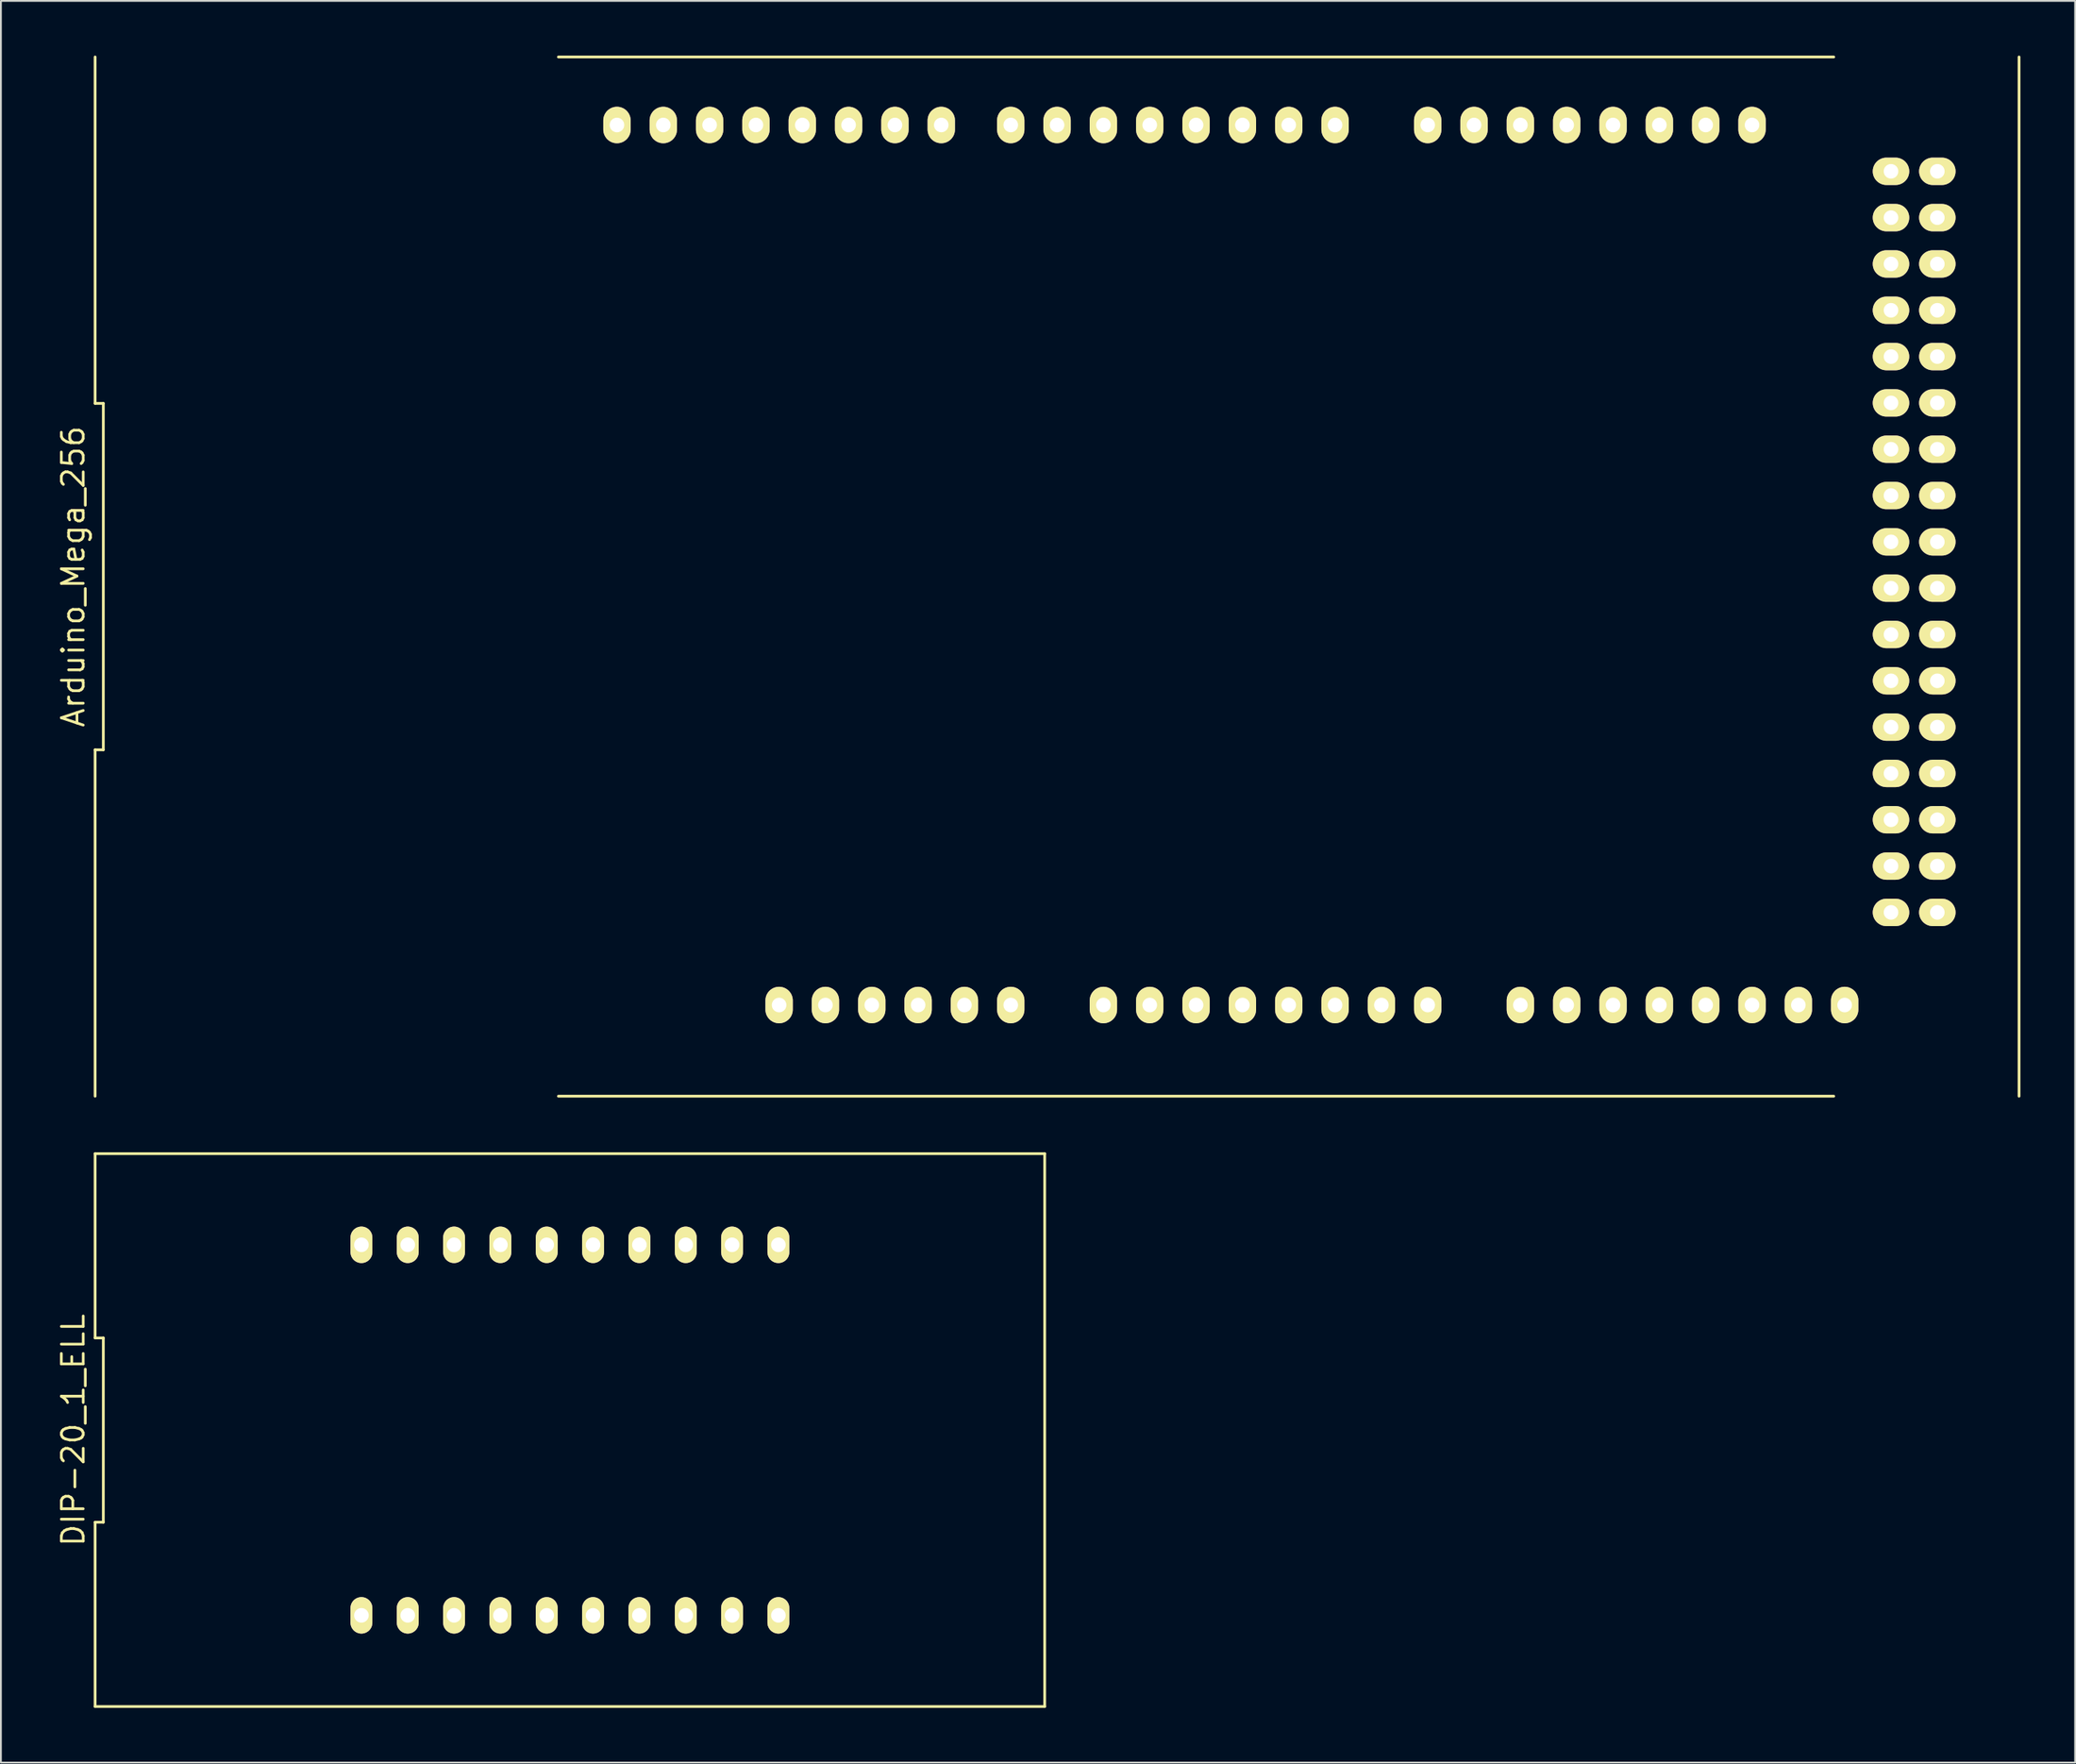
<source format=kicad_pcb>
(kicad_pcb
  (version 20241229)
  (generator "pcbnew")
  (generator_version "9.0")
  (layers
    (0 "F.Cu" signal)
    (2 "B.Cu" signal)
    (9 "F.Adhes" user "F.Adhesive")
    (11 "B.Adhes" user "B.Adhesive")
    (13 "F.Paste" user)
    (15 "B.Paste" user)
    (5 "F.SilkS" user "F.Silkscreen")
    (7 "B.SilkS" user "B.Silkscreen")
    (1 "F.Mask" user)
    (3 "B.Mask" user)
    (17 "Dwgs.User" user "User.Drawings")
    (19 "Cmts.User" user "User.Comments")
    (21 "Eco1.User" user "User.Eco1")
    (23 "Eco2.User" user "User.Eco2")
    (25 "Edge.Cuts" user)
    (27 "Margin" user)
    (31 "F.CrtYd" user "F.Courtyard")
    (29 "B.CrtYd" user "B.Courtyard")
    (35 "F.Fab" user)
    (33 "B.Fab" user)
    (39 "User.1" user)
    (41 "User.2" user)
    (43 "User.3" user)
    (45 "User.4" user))
  (footprint "DIP-20_1_ELL"
    (layer "F.Cu")
    (at 28.195 75.375)
    (property "Reference" "DIP-20_1_ELL" (at -27.23 0 90) (layer "F.SilkS") (effects (font (size 1.2 1.2) (thickness 0.15))))
    (attr through_hole)
    (fp_line (start -26.03 -15.16) (end -26.03 -5.053) (stroke (width 0.15) (type solid)) (layer "F.SilkS"))
    (fp_line (start -26.03 -5.053) (end -25.58 -5.053) (stroke (width 0.15) (type solid)) (layer "F.SilkS"))
    (fp_line (start -26.03 5.053) (end -26.03 15.16) (stroke (width 0.15) (type solid)) (layer "F.SilkS"))
    (fp_line (start -26.03 15.16) (end 26.03 15.16) (stroke (width 0.15) (type solid)) (layer "F.SilkS"))
    (fp_line (start -25.58 -5.053) (end -25.58 5.053) (stroke (width 0.15) (type solid)) (layer "F.SilkS"))
    (fp_line (start -25.58 5.053) (end -26.03 5.053) (stroke (width 0.15) (type solid)) (layer "F.SilkS"))
    (fp_line (start 26.03 -15.16) (end -26.03 -15.16) (stroke (width 0.15) (type solid)) (layer "F.SilkS"))
    (fp_line (start 26.03 15.16) (end 26.03 -15.16) (stroke (width 0.15) (type solid)) (layer "F.SilkS"))
    (pad "1" thru_hole oval (at -11.43 10.16) (size 1.2 2) (drill 0.8) (layers "*.Cu" "*.Mask" "F.SilkS"))
    (pad "2" thru_hole oval (at -8.89 10.16) (size 1.2 2) (drill 0.8) (layers "*.Cu" "*.Mask" "F.SilkS"))
    (pad "3" thru_hole oval (at -6.35 10.16) (size 1.2 2) (drill 0.8) (layers "*.Cu" "*.Mask" "F.SilkS"))
    (pad "4" thru_hole oval (at -3.81 10.16) (size 1.2 2) (drill 0.8) (layers "*.Cu" "*.Mask" "F.SilkS"))
    (pad "5" thru_hole oval (at -1.27 10.16) (size 1.2 2) (drill 0.8) (layers "*.Cu" "*.Mask" "F.SilkS"))
    (pad "6" thru_hole oval (at 1.27 10.16) (size 1.2 2) (drill 0.8) (layers "*.Cu" "*.Mask" "F.SilkS"))
    (pad "7" thru_hole oval (at 3.81 10.16) (size 1.2 2) (drill 0.8) (layers "*.Cu" "*.Mask" "F.SilkS"))
    (pad "8" thru_hole oval (at 6.35 10.16) (size 1.2 2) (drill 0.8) (layers "*.Cu" "*.Mask" "F.SilkS"))
    (pad "9" thru_hole oval (at 8.89 10.16) (size 1.2 2) (drill 0.8) (layers "*.Cu" "*.Mask" "F.SilkS"))
    (pad "10" thru_hole oval (at 11.43 10.16) (size 1.2 2) (drill 0.8) (layers "*.Cu" "*.Mask" "F.SilkS"))
    (pad "11" thru_hole oval (at 11.43 -10.16) (size 1.2 2) (drill 0.8) (layers "*.Cu" "*.Mask" "F.SilkS"))
    (pad "12" thru_hole oval (at 8.89 -10.16) (size 1.2 2) (drill 0.8) (layers "*.Cu" "*.Mask" "F.SilkS"))
    (pad "13" thru_hole oval (at 6.35 -10.16) (size 1.2 2) (drill 0.8) (layers "*.Cu" "*.Mask" "F.SilkS"))
    (pad "14" thru_hole oval (at 3.81 -10.16) (size 1.2 2) (drill 0.8) (layers "*.Cu" "*.Mask" "F.SilkS"))
    (pad "15" thru_hole oval (at 1.27 -10.16) (size 1.2 2) (drill 0.8) (layers "*.Cu" "*.Mask" "F.SilkS"))
    (pad "16" thru_hole oval (at -1.27 -10.16) (size 1.2 2) (drill 0.8) (layers "*.Cu" "*.Mask" "F.SilkS"))
    (pad "17" thru_hole oval (at -3.81 -10.16) (size 1.2 2) (drill 0.8) (layers "*.Cu" "*.Mask" "F.SilkS"))
    (pad "18" thru_hole oval (at -6.35 -10.16) (size 1.2 2) (drill 0.8) (layers "*.Cu" "*.Mask" "F.SilkS"))
    (pad "19" thru_hole oval (at -8.89 -10.16) (size 1.2 2) (drill 0.8) (layers "*.Cu" "*.Mask" "F.SilkS"))
    (pad "20" thru_hole oval (at -11.43 -10.16) (size 1.2 2) (drill 0.8) (layers "*.Cu" "*.Mask" "F.SilkS")))
  (footprint "Arduino_Mega_256"
    (layer "F.Cu")
    (at 62.525 28.57)
    (property "Reference" "Arduino_Mega_256" (at -61.56 0 90) (layer "F.SilkS") (effects (font (size 1.2 1.2) (thickness 0.15))))
    (attr through_hole)
    (fp_line (start -60.36 -28.495) (end -60.36 -9.498) (stroke (width 0.15) (type solid)) (layer "F.SilkS"))
    (fp_line (start -60.36 -9.498) (end -59.91 -9.498) (stroke (width 0.15) (type solid)) (layer "F.SilkS"))
    (fp_line (start -60.36 9.498) (end -60.36 28.495) (stroke (width 0.15) (type solid)) (layer "F.SilkS"))
    (fp_line (start -59.91 -9.498) (end -59.91 9.498) (stroke (width 0.15) (type solid)) (layer "F.SilkS"))
    (fp_line (start -59.91 9.498) (end -60.36 9.498) (stroke (width 0.15) (type solid)) (layer "F.SilkS"))
    (fp_line (start -34.96 28.495) (end 34.96 28.495) (stroke (width 0.15) (type solid)) (layer "F.SilkS"))
    (fp_line (start 34.96 -28.495) (end -34.96 -28.495) (stroke (width 0.15) (type solid)) (layer "F.SilkS"))
    (fp_line (start 45.12 28.495) (end 45.12 -28.495) (stroke (width 0.15) (type solid)) (layer "F.SilkS"))
    (pad "0" thru_hole oval (at 7.62 -24.765) (size 1.5 2) (drill 0.8) (layers "*.Cu" "*.Mask" "F.SilkS"))
    (pad "1" thru_hole oval (at 5.08 -24.765) (size 1.5 2) (drill 0.8) (layers "*.Cu" "*.Mask" "F.SilkS"))
    (pad "2" thru_hole oval (at 2.54 -24.765) (size 1.5 2) (drill 0.8) (layers "*.Cu" "*.Mask" "F.SilkS"))
    (pad "3" thru_hole oval (at 0 -24.765) (size 1.5 2) (drill 0.8) (layers "*.Cu" "*.Mask" "F.SilkS"))
    (pad "3.3V" thru_hole oval (at -20.32 23.495) (size 1.5 2) (drill 0.8) (layers "*.Cu" "*.Mask" "F.SilkS"))
    (pad "4" thru_hole oval (at -2.54 -24.765) (size 1.5 2) (drill 0.8) (layers "*.Cu" "*.Mask" "F.SilkS"))
    (pad "5" thru_hole oval (at -5.08 -24.765) (size 1.5 2) (drill 0.8) (layers "*.Cu" "*.Mask" "F.SilkS"))
    (pad "5V" thru_hole oval (at -17.78 23.495) (size 1.5 2) (drill 0.8) (layers "*.Cu" "*.Mask" "F.SilkS"))
    (pad "6" thru_hole oval (at -7.62 -24.765) (size 1.5 2) (drill 0.8) (layers "*.Cu" "*.Mask" "F.SilkS"))
    (pad "7" thru_hole oval (at -10.16 -24.765) (size 1.5 2) (drill 0.8) (layers "*.Cu" "*.Mask" "F.SilkS"))
    (pad "8" thru_hole oval (at -13.97 -24.765) (size 1.5 2) (drill 0.8) (layers "*.Cu" "*.Mask" "F.SilkS"))
    (pad "9" thru_hole oval (at -16.51 -24.765) (size 1.5 2) (drill 0.8) (layers "*.Cu" "*.Mask" "F.SilkS"))
    (pad "10" thru_hole oval (at -19.05 -24.765) (size 1.5 2) (drill 0.8) (layers "*.Cu" "*.Mask" "F.SilkS"))
    (pad "11" thru_hole oval (at -21.59 -24.765) (size 1.5 2) (drill 0.8) (layers "*.Cu" "*.Mask" "F.SilkS"))
    (pad "12" thru_hole oval (at -24.13 -24.765) (size 1.5 2) (drill 0.8) (layers "*.Cu" "*.Mask" "F.SilkS"))
    (pad "13" thru_hole oval (at -26.67 -24.765) (size 1.5 2) (drill 0.8) (layers "*.Cu" "*.Mask" "F.SilkS"))
    (pad "14" thru_hole oval (at 12.7 -24.765) (size 1.5 2) (drill 0.8) (layers "*.Cu" "*.Mask" "F.SilkS"))
    (pad "15" thru_hole oval (at 15.24 -24.765) (size 1.5 2) (drill 0.8) (layers "*.Cu" "*.Mask" "F.SilkS"))
    (pad "16" thru_hole oval (at 17.78 -24.765) (size 1.5 2) (drill 0.8) (layers "*.Cu" "*.Mask" "F.SilkS"))
    (pad "17" thru_hole oval (at 20.32 -24.765) (size 1.5 2) (drill 0.8) (layers "*.Cu" "*.Mask" "F.SilkS"))
    (pad "18" thru_hole oval (at 22.86 -24.765) (size 1.5 2) (drill 0.8) (layers "*.Cu" "*.Mask" "F.SilkS"))
    (pad "19" thru_hole oval (at 25.4 -24.765) (size 1.5 2) (drill 0.8) (layers "*.Cu" "*.Mask" "F.SilkS"))
    (pad "20" thru_hole oval (at 27.94 -24.765) (size 1.5 2) (drill 0.8) (layers "*.Cu" "*.Mask" "F.SilkS"))
    (pad "21" thru_hole oval (at 30.48 -24.765) (size 1.5 2) (drill 0.8) (layers "*.Cu" "*.Mask" "F.SilkS"))
    (pad "22" thru_hole oval (at 38.1 -22.225 90) (size 1.5 2) (drill 0.8) (layers "*.Cu" "*.Mask" "F.SilkS"))
    (pad "23" thru_hole oval (at 40.64 -22.225 90) (size 1.5 2) (drill 0.8) (layers "*.Cu" "*.Mask" "F.SilkS"))
    (pad "24" thru_hole oval (at 38.1 -19.685 90) (size 1.5 2) (drill 0.8) (layers "*.Cu" "*.Mask" "F.SilkS"))
    (pad "25" thru_hole oval (at 40.64 -19.685 90) (size 1.5 2) (drill 0.8) (layers "*.Cu" "*.Mask" "F.SilkS"))
    (pad "26" thru_hole oval (at 38.1 -17.145 90) (size 1.5 2) (drill 0.8) (layers "*.Cu" "*.Mask" "F.SilkS"))
    (pad "27" thru_hole oval (at 40.64 -17.145 90) (size 1.5 2) (drill 0.8) (layers "*.Cu" "*.Mask" "F.SilkS"))
    (pad "28" thru_hole oval (at 38.1 -14.605 90) (size 1.5 2) (drill 0.8) (layers "*.Cu" "*.Mask" "F.SilkS"))
    (pad "29" thru_hole oval (at 40.64 -14.605 90) (size 1.5 2) (drill 0.8) (layers "*.Cu" "*.Mask" "F.SilkS"))
    (pad "30" thru_hole oval (at 38.1 -12.065 90) (size 1.5 2) (drill 0.8) (layers "*.Cu" "*.Mask" "F.SilkS"))
    (pad "31" thru_hole oval (at 40.64 -12.065 90) (size 1.5 2) (drill 0.8) (layers "*.Cu" "*.Mask" "F.SilkS"))
    (pad "32" thru_hole oval (at 38.1 -9.525 90) (size 1.5 2) (drill 0.8) (layers "*.Cu" "*.Mask" "F.SilkS"))
    (pad "33" thru_hole oval (at 40.64 -9.525 90) (size 1.5 2) (drill 0.8) (layers "*.Cu" "*.Mask" "F.SilkS"))
    (pad "34" thru_hole oval (at 38.1 -6.985 90) (size 1.5 2) (drill 0.8) (layers "*.Cu" "*.Mask" "F.SilkS"))
    (pad "35" thru_hole oval (at 40.64 -6.985 90) (size 1.5 2) (drill 0.8) (layers "*.Cu" "*.Mask" "F.SilkS"))
    (pad "36" thru_hole oval (at 38.1 -4.445 90) (size 1.5 2) (drill 0.8) (layers "*.Cu" "*.Mask" "F.SilkS"))
    (pad "37" thru_hole oval (at 40.64 -4.445 90) (size 1.5 2) (drill 0.8) (layers "*.Cu" "*.Mask" "F.SilkS"))
    (pad "38" thru_hole oval (at 38.1 -1.905 90) (size 1.5 2) (drill 0.8) (layers "*.Cu" "*.Mask" "F.SilkS"))
    (pad "39" thru_hole oval (at 40.64 -1.905 90) (size 1.5 2) (drill 0.8) (layers "*.Cu" "*.Mask" "F.SilkS"))
    (pad "40" thru_hole oval (at 38.1 0.635 90) (size 1.5 2) (drill 0.8) (layers "*.Cu" "*.Mask" "F.SilkS"))
    (pad "41" thru_hole oval (at 40.64 0.635 90) (size 1.5 2) (drill 0.8) (layers "*.Cu" "*.Mask" "F.SilkS"))
    (pad "42" thru_hole oval (at 38.1 3.175 90) (size 1.5 2) (drill 0.8) (layers "*.Cu" "*.Mask" "F.SilkS"))
    (pad "43" thru_hole oval (at 40.64 3.175 90) (size 1.5 2) (drill 0.8) (layers "*.Cu" "*.Mask" "F.SilkS"))
    (pad "44" thru_hole oval (at 38.1 5.715 90) (size 1.5 2) (drill 0.8) (layers "*.Cu" "*.Mask" "F.SilkS"))
    (pad "45" thru_hole oval (at 40.64 5.715 90) (size 1.5 2) (drill 0.8) (layers "*.Cu" "*.Mask" "F.SilkS"))
    (pad "46" thru_hole oval (at 38.1 8.255 90) (size 1.5 2) (drill 0.8) (layers "*.Cu" "*.Mask" "F.SilkS"))
    (pad "47" thru_hole oval (at 40.64 8.255 90) (size 1.5 2) (drill 0.8) (layers "*.Cu" "*.Mask" "F.SilkS"))
    (pad "48" thru_hole oval (at 38.1 10.795 90) (size 1.5 2) (drill 0.8) (layers "*.Cu" "*.Mask" "F.SilkS"))
    (pad "49" thru_hole oval (at 40.64 10.795 90) (size 1.5 2) (drill 0.8) (layers "*.Cu" "*.Mask" "F.SilkS"))
    (pad "50" thru_hole oval (at 38.1 13.335 90) (size 1.5 2) (drill 0.8) (layers "*.Cu" "*.Mask" "F.SilkS"))
    (pad "51" thru_hole oval (at 40.64 13.335 90) (size 1.5 2) (drill 0.8) (layers "*.Cu" "*.Mask" "F.SilkS"))
    (pad "52" thru_hole oval (at 38.1 15.875 90) (size 1.5 2) (drill 0.8) (layers "*.Cu" "*.Mask" "F.SilkS"))
    (pad "53" thru_hole oval (at 40.64 15.875 90) (size 1.5 2) (drill 0.8) (layers "*.Cu" "*.Mask" "F.SilkS"))
    (pad "A0" thru_hole oval (at -5.08 23.495) (size 1.5 2) (drill 0.8) (layers "*.Cu" "*.Mask" "F.SilkS"))
    (pad "A1" thru_hole oval (at -2.54 23.495) (size 1.5 2) (drill 0.8) (layers "*.Cu" "*.Mask" "F.SilkS"))
    (pad "A2" thru_hole oval (at 0 23.495) (size 1.5 2) (drill 0.8) (layers "*.Cu" "*.Mask" "F.SilkS"))
    (pad "A3" thru_hole oval (at 2.54 23.495) (size 1.5 2) (drill 0.8) (layers "*.Cu" "*.Mask" "F.SilkS"))
    (pad "A4" thru_hole oval (at 5.08 23.495) (size 1.5 2) (drill 0.8) (layers "*.Cu" "*.Mask" "F.SilkS"))
    (pad "A5" thru_hole oval (at 7.62 23.495) (size 1.5 2) (drill 0.8) (layers "*.Cu" "*.Mask" "F.SilkS"))
    (pad "A6" thru_hole oval (at 10.16 23.495) (size 1.5 2) (drill 0.8) (layers "*.Cu" "*.Mask" "F.SilkS"))
    (pad "A7" thru_hole oval (at 12.7 23.495) (size 1.5 2) (drill 0.8) (layers "*.Cu" "*.Mask" "F.SilkS"))
    (pad "A8" thru_hole oval (at 17.78 23.495) (size 1.5 2) (drill 0.8) (layers "*.Cu" "*.Mask" "F.SilkS"))
    (pad "A9" thru_hole oval (at 20.32 23.495) (size 1.5 2) (drill 0.8) (layers "*.Cu" "*.Mask" "F.SilkS"))
    (pad "A10" thru_hole oval (at 22.86 23.495) (size 1.5 2) (drill 0.8) (layers "*.Cu" "*.Mask" "F.SilkS"))
    (pad "A11" thru_hole oval (at 25.4 23.495) (size 1.5 2) (drill 0.8) (layers "*.Cu" "*.Mask" "F.SilkS"))
    (pad "A12" thru_hole oval (at 27.94 23.495) (size 1.5 2) (drill 0.8) (layers "*.Cu" "*.Mask" "F.SilkS"))
    (pad "A13" thru_hole oval (at 30.48 23.495) (size 1.5 2) (drill 0.8) (layers "*.Cu" "*.Mask" "F.SilkS"))
    (pad "A14" thru_hole oval (at 33.02 23.495) (size 1.5 2) (drill 0.8) (layers "*.Cu" "*.Mask" "F.SilkS"))
    (pad "A15" thru_hole oval (at 35.56 23.495) (size 1.5 2) (drill 0.8) (layers "*.Cu" "*.Mask" "F.SilkS"))
    (pad "AREF" thru_hole oval (at -31.75 -24.765) (size 1.5 2) (drill 0.8) (layers "*.Cu" "*.Mask" "F.SilkS"))
    (pad "GND" thru_hole oval (at -29.21 -24.765) (size 1.5 2) (drill 0.8) (layers "*.Cu" "*.Mask" "F.SilkS"))
    (pad "GND" thru_hole oval (at -15.24 23.495) (size 1.5 2) (drill 0.8) (layers "*.Cu" "*.Mask" "F.SilkS"))
    (pad "GND" thru_hole oval (at -12.7 23.495) (size 1.5 2) (drill 0.8) (layers "*.Cu" "*.Mask" "F.SilkS"))
    (pad "GND" thru_hole oval (at 38.1 18.415 90) (size 1.5 2) (drill 0.8) (layers "*.Cu" "*.Mask" "F.SilkS"))
    (pad "GND" thru_hole oval (at 40.64 18.415 90) (size 1.5 2) (drill 0.8) (layers "*.Cu" "*.Mask" "F.SilkS"))
    (pad "RESE" thru_hole oval (at -22.86 23.495) (size 1.5 2) (drill 0.8) (layers "*.Cu" "*.Mask" "F.SilkS"))
    (pad "VIN" thru_hole oval (at -10.16 23.495) (size 1.5 2) (drill 0.8) (layers "*.Cu" "*.Mask" "F.SilkS")))
  (gr_rect
    (start -3 -3)
    (end 110.72 93.61)
    (stroke (width 0.1) (type default))
    (fill no)
    (layer "Edge.Cuts")))
</source>
